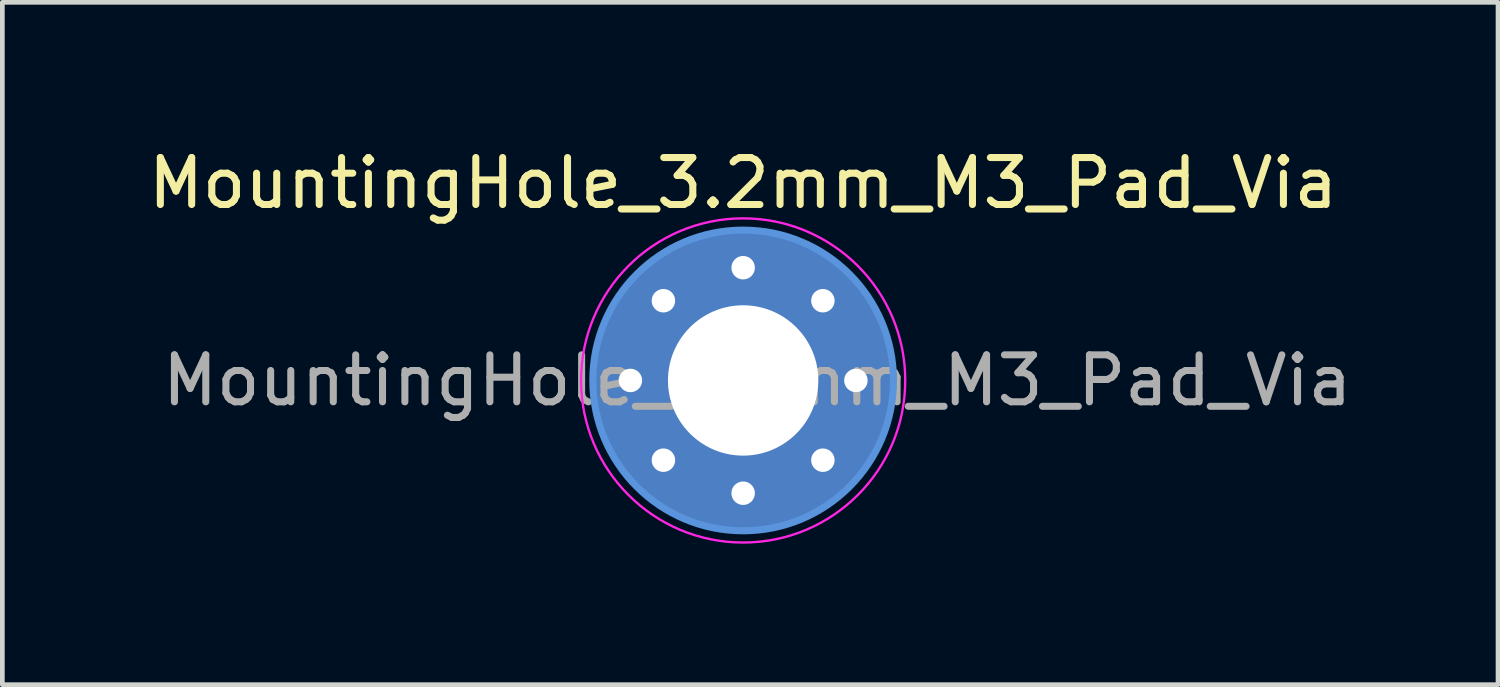
<source format=kicad_pcb>
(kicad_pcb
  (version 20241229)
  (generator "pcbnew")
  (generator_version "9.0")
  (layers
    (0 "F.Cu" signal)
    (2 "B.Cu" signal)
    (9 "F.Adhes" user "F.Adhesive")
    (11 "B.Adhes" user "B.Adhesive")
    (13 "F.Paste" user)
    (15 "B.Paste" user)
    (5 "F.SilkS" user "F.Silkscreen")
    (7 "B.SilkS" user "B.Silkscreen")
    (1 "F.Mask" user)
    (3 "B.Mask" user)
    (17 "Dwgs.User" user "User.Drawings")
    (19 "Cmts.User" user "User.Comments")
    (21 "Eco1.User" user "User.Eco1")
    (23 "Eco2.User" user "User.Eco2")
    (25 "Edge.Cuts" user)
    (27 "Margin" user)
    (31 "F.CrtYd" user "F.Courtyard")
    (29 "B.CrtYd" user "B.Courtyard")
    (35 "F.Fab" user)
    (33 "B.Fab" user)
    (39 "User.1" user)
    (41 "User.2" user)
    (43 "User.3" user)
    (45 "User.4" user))
  (footprint "MountingHole_3.2mm_M3_Pad_Via"
    (layer "F.Cu")
    (at 12.768 5.048)
    (property "Reference" "MountingHole_3.2mm_M3_Pad_Via" (at 0 -4.2 0) (layer "F.SilkS") (effects (font (size 1 1) (thickness 0.15))))
    (attr exclude_from_pos_files exclude_from_bom)
    (fp_circle (center 0 0) (end 3.2 0) (stroke (width 0.15) (type solid)) (fill no) (layer "Cmts.User"))
    (fp_circle (center 0 0) (end 3.45 0) (stroke (width 0.05) (type solid)) (fill no) (layer "F.CrtYd"))
    (fp_text user "${REFERENCE}" (at 0.3 0 0) (layer "F.Fab") (effects (font (size 1 1) (thickness 0.15))))
    (pad "1" thru_hole circle (at -2.4 0) (size 0.8 0.8) (drill 0.5) (layers "*.Cu"))
    (pad "1" thru_hole circle (at -1.697 -1.697) (size 0.8 0.8) (drill 0.5) (layers "*.Cu"))
    (pad "1" thru_hole circle (at -1.697 1.697) (size 0.8 0.8) (drill 0.5) (layers "*.Cu"))
    (pad "1" thru_hole circle (at 0 -2.4) (size 0.8 0.8) (drill 0.5) (layers "*.Cu"))
    (pad "1" thru_hole circle (at 0 0) (size 6.4 6.4) (drill 3.2) (layers "*.Cu"))
    (pad "1" thru_hole circle (at 0 2.4) (size 0.8 0.8) (drill 0.5) (layers "*.Cu"))
    (pad "1" thru_hole circle (at 1.697 -1.697) (size 0.8 0.8) (drill 0.5) (layers "*.Cu"))
    (pad "1" thru_hole circle (at 1.697 1.697) (size 0.8 0.8) (drill 0.5) (layers "*.Cu"))
    (pad "1" thru_hole circle (at 2.4 0) (size 0.8 0.8) (drill 0.5) (layers "*.Cu")))
  (gr_rect
    (start -3 -3)
    (end 28.836 11.523)
    (stroke (width 0.1) (type default))
    (fill no)
    (layer "Edge.Cuts")))
</source>
